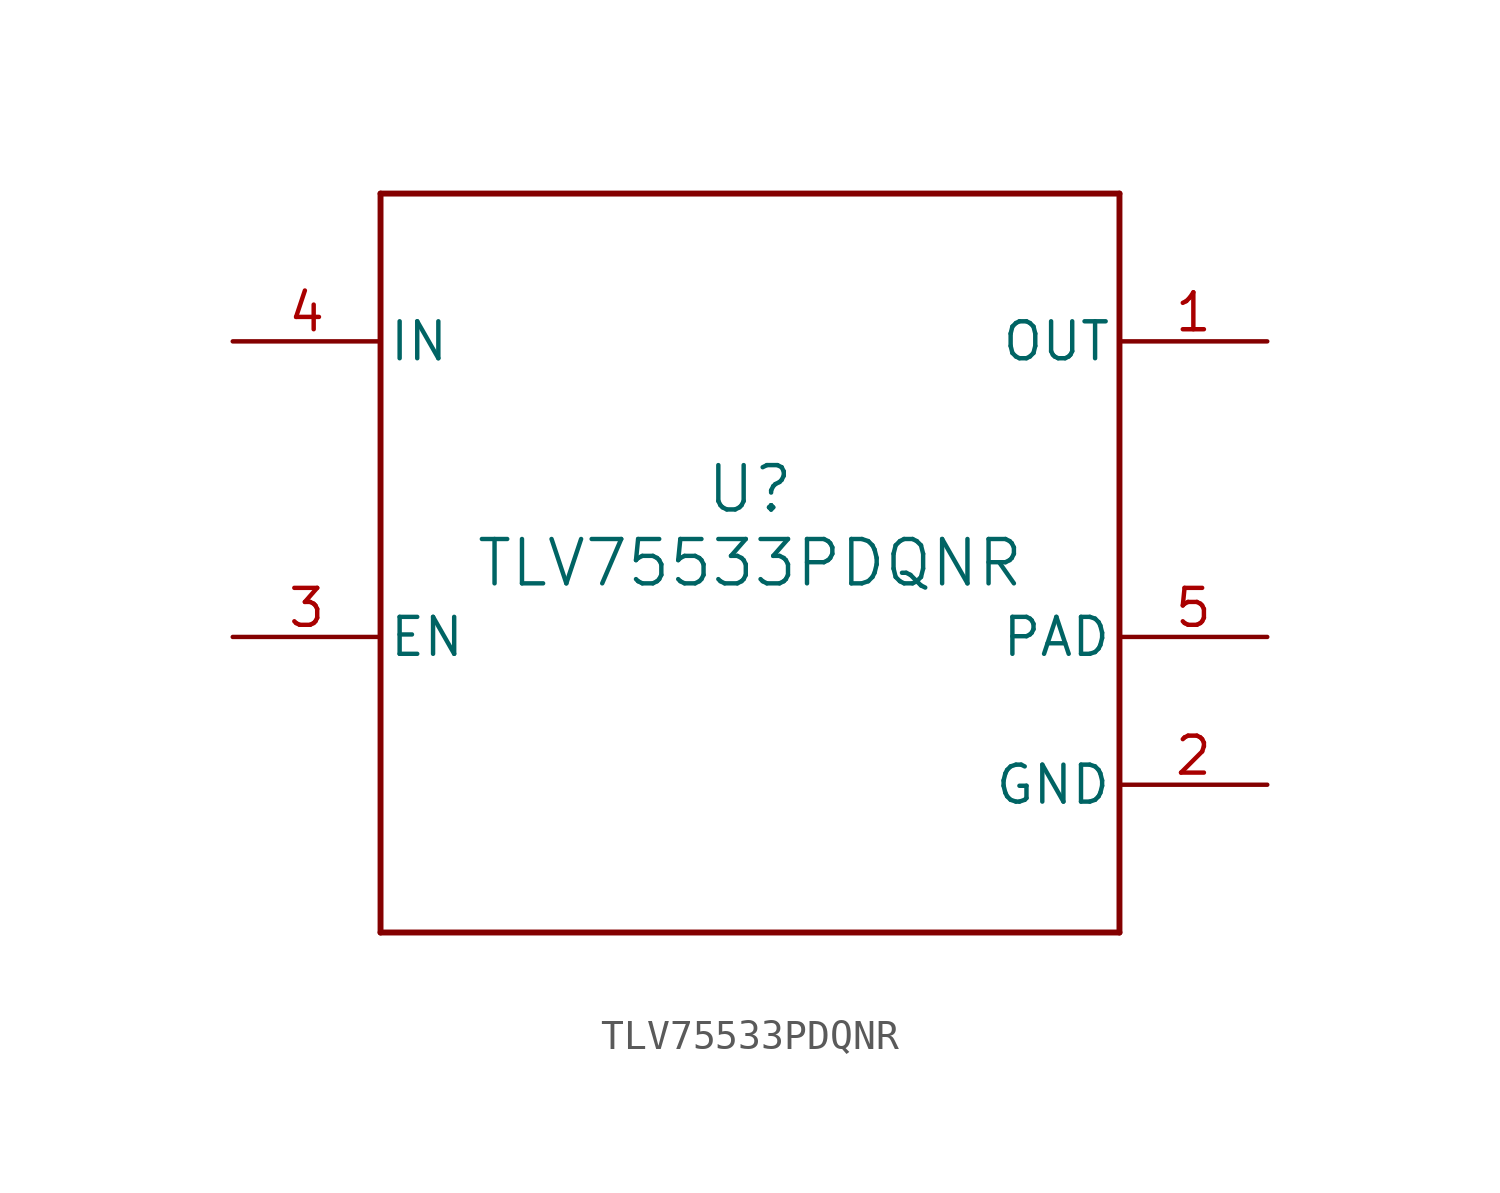
<source format=kicad_sym>
(kicad_symbol_lib
  (version 20211014)
  (generator kicad_symbol_editor)
  (symbol "TLV75533PDQNR"
    (pin_names
      (offset 0.254))
    (property "Reference" "U"
      (at 0 2.54 0)
      (effects (font (size 1.524 1.524))))
    (property "Value" "TLV75533PDQNR"
      (at 0 0 0)
      (effects (font (size 1.524 1.524))))
    (symbol "TLV75533PDQNR_0_1"
      (polyline (pts (xy -12.7 -12.7) (xy 12.7 -12.7)) (stroke (width 0.203) (type default) (color 0 0 0 0)) (fill (type none)))
      (polyline (pts (xy 12.7 -12.7) (xy 12.7 12.7)) (stroke (width 0.203) (type default) (color 0 0 0 0)) (fill (type none)))
      (polyline (pts (xy 12.7 12.7) (xy -12.7 12.7)) (stroke (width 0.203) (type default) (color 0 0 0 0)) (fill (type none)))
      (polyline (pts (xy -12.7 12.7) (xy -12.7 -12.7)) (stroke (width 0.203) (type default) (color 0 0 0 0)) (fill (type none)))
      (pin power_in line (at 17.78 7.62 180) (length 5.08) (name "OUT" (effects (font (size 1.27 1.27)))) (number "1" (effects (font (size 1.27 1.27)))))
      (pin power_in line (at 17.78 -7.62 180) (length 5.08) (name "GND" (effects (font (size 1.27 1.27)))) (number "2" (effects (font (size 1.27 1.27)))))
      (pin input line (at -17.78 -2.54 0) (length 5.08) (name "EN" (effects (font (size 1.27 1.27)))) (number "3" (effects (font (size 1.27 1.27)))))
      (pin power_in line (at -17.78 7.62 0) (length 5.08) (name "IN" (effects (font (size 1.27 1.27)))) (number "4" (effects (font (size 1.27 1.27)))))
      (pin unspecified line (at 17.78 -2.54 180) (length 5.08) (name "PAD" (effects (font (size 1.27 1.27)))) (number "5" (effects (font (size 1.27 1.27))))))))
</source>
